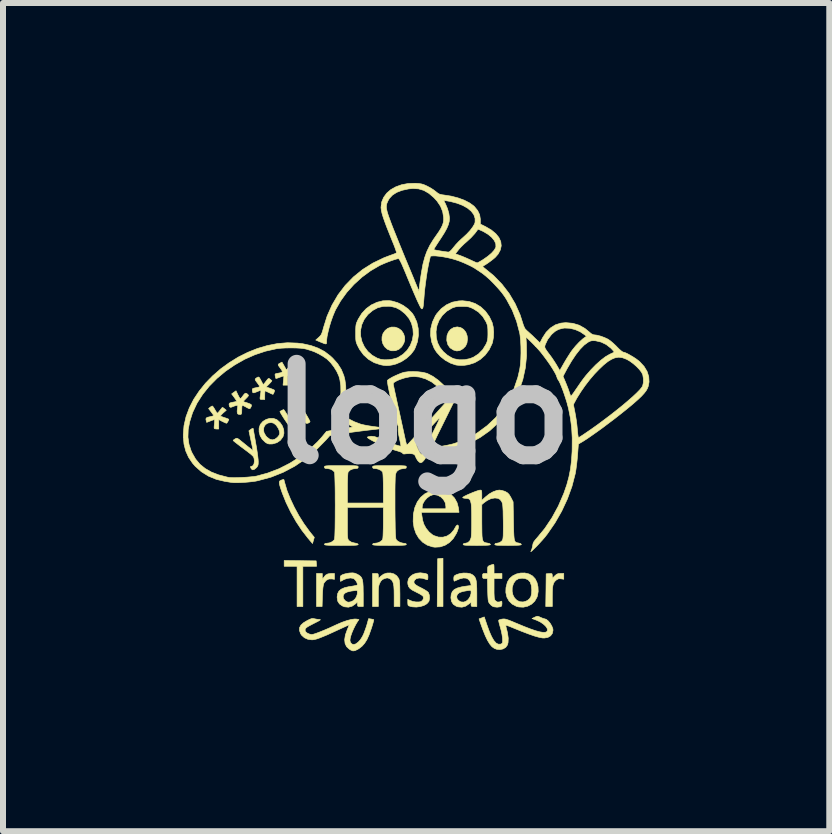
<source format=kicad_pcb>
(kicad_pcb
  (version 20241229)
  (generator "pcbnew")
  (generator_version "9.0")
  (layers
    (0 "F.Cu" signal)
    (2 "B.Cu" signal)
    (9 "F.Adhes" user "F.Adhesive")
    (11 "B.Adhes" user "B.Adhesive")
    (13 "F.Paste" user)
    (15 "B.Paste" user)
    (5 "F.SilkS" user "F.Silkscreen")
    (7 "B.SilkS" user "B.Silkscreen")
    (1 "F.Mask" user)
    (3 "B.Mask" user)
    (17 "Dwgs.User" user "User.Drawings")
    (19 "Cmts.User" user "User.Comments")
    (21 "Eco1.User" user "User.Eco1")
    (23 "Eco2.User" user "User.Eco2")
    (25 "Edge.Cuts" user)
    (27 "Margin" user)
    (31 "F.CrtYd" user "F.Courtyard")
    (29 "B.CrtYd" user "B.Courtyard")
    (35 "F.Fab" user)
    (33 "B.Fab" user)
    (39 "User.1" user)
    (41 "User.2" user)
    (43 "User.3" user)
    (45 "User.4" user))
  (footprint "logo"
    (layer "F.Cu")
    (at 3.999 3.849)
    (property "Reference" "logo" (at 0 0 0) (layer "Dwgs.User") (effects (font (size 1.524 1.524) (thickness 0.3))))
    (attr through_hole)
    (fp_poly (pts (xy 0.335 3.211) (xy 0.239 3.211) (xy 0.242 2.813) (xy 0.246 2.414) (xy 0.291 2.41) (xy 0.335 2.407) (xy 0.335 3.211)) (stroke (width 0.01) (type solid)) (fill yes) (layer "F.SilkS"))
    (fp_poly (pts (xy -2.046 2.447) (xy -1.779 2.45) (xy -1.775 2.495) (xy -1.772 2.54) (xy -2.001 2.54) (xy -2.001 3.211) (xy -2.097 3.211) (xy -2.097 2.54) (xy -2.312 2.54) (xy -2.312 2.444) (xy -2.046 2.447)) (stroke (width 0.01) (type solid)) (fill yes) (layer "F.SilkS"))
    (fp_poly (pts (xy -0.464 -1.446) (xy -0.406 -1.426) (xy -0.357 -1.389) (xy -0.322 -1.337) (xy -0.303 -1.278) (xy -0.303 -1.224) (xy -0.318 -1.177) (xy -0.354 -1.117) (xy -0.402 -1.075) (xy -0.46 -1.053) (xy -0.523 -1.052) (xy -0.535 -1.054) (xy -0.593 -1.078) (xy -0.637 -1.118) (xy -0.667 -1.169) (xy -0.682 -1.226) (xy -0.681 -1.285) (xy -0.664 -1.341) (xy -0.629 -1.391) (xy -0.585 -1.426) (xy -0.525 -1.447) (xy -0.464 -1.446)) (stroke (width 0.01) (type solid)) (fill yes) (layer "F.SilkS"))
    (fp_poly (pts (xy 0.63 -1.439) (xy 0.679 -1.408) (xy 0.716 -1.361) (xy 0.738 -1.3) (xy 0.743 -1.249) (xy 0.735 -1.182) (xy 0.711 -1.129) (xy 0.668 -1.086) (xy 0.616 -1.056) (xy 0.565 -1.049) (xy 0.511 -1.064) (xy 0.508 -1.065) (xy 0.453 -1.101) (xy 0.417 -1.152) (xy 0.399 -1.218) (xy 0.398 -1.234) (xy 0.402 -1.304) (xy 0.425 -1.363) (xy 0.462 -1.409) (xy 0.513 -1.439) (xy 0.572 -1.45) (xy 0.63 -1.439)) (stroke (width 0.01) (type solid)) (fill yes) (layer "F.SilkS"))
    (fp_poly (pts (xy -1.677 2.711) (xy -1.677 2.762) (xy -1.655 2.729) (xy -1.622 2.688) (xy -1.583 2.667) (xy -1.532 2.66) (xy -1.531 2.66) (xy -1.474 2.66) (xy -1.474 2.758) (xy -1.515 2.751) (xy -1.567 2.752) (xy -1.612 2.775) (xy -1.646 2.816) (xy -1.651 2.825) (xy -1.66 2.857) (xy -1.667 2.904) (xy -1.672 2.969) (xy -1.675 3.04) (xy -1.68 3.211) (xy -1.773 3.211) (xy -1.773 2.66) (xy -1.677 2.66) (xy -1.677 2.711)) (stroke (width 0.01) (type solid)) (fill yes) (layer "F.SilkS"))
    (fp_poly (pts (xy 2.348 2.756) (xy 2.303 2.749) (xy 2.266 2.747) (xy 2.235 2.761) (xy 2.224 2.769) (xy 2.199 2.792) (xy 2.181 2.818) (xy 2.169 2.853) (xy 2.161 2.9) (xy 2.158 2.962) (xy 2.157 3.043) (xy 2.157 3.211) (xy 2.048 3.211) (xy 2.052 2.938) (xy 2.055 2.666) (xy 2.106 2.662) (xy 2.138 2.661) (xy 2.152 2.666) (xy 2.156 2.683) (xy 2.157 2.7) (xy 2.157 2.741) (xy 2.197 2.701) (xy 2.228 2.674) (xy 2.256 2.662) (xy 2.293 2.66) (xy 2.348 2.66) (xy 2.348 2.756)) (stroke (width 0.01) (type solid)) (fill yes) (layer "F.SilkS"))
    (fp_poly (pts (xy -2.318 1.093) (xy -2.314 1.106) (xy -2.307 1.134) (xy -2.301 1.156) (xy -2.264 1.281) (xy -2.21 1.415) (xy -2.144 1.555) (xy -2.068 1.695) (xy -1.984 1.829) (xy -1.895 1.952) (xy -1.874 1.979) (xy -1.81 2.058) (xy -1.825 2.11) (xy -1.84 2.161) (xy -1.915 2.072) (xy -2.016 1.942) (xy -2.113 1.796) (xy -2.202 1.639) (xy -2.28 1.479) (xy -2.343 1.322) (xy -2.354 1.291) (xy -2.376 1.225) (xy -2.389 1.179) (xy -2.394 1.147) (xy -2.391 1.126) (xy -2.381 1.114) (xy -2.362 1.105) (xy -2.358 1.103) (xy -2.332 1.095) (xy -2.319 1.093) (xy -2.318 1.093)) (stroke (width 0.01) (type solid)) (fill yes) (layer "F.SilkS"))
    (fp_poly (pts (xy -0.483 2.667) (xy -0.436 2.699) (xy -0.402 2.746) (xy -0.4 2.751) (xy -0.393 2.777) (xy -0.388 2.817) (xy -0.385 2.874) (xy -0.384 2.951) (xy -0.383 3.001) (xy -0.383 3.211) (xy -0.479 3.211) (xy -0.479 3.028) (xy -0.48 2.942) (xy -0.484 2.876) (xy -0.492 2.827) (xy -0.505 2.792) (xy -0.523 2.767) (xy -0.548 2.749) (xy -0.557 2.745) (xy -0.584 2.735) (xy -0.609 2.736) (xy -0.64 2.745) (xy -0.676 2.762) (xy -0.701 2.789) (xy -0.716 2.815) (xy -0.727 2.839) (xy -0.734 2.863) (xy -0.739 2.892) (xy -0.742 2.932) (xy -0.743 2.987) (xy -0.743 3.04) (xy -0.743 3.211) (xy -0.839 3.211) (xy -0.839 2.66) (xy -0.791 2.66) (xy -0.76 2.661) (xy -0.746 2.669) (xy -0.743 2.69) (xy -0.743 2.703) (xy -0.743 2.746) (xy -0.707 2.71) (xy -0.656 2.672) (xy -0.598 2.653) (xy -0.539 2.652) (xy -0.483 2.667)) (stroke (width 0.01) (type solid)) (fill yes) (layer "F.SilkS"))
    (fp_poly (pts (xy -2.493 0.075) (xy -2.439 0.094) (xy -2.431 0.099) (xy -2.38 0.145) (xy -2.342 0.201) (xy -2.32 0.262) (xy -2.316 0.323) (xy -2.331 0.379) (xy -2.333 0.383) (xy -2.376 0.441) (xy -2.434 0.48) (xy -2.503 0.5) (xy -2.513 0.501) (xy -2.556 0.502) (xy -2.585 0.497) (xy -2.614 0.482) (xy -2.631 0.469) (xy -2.679 0.422) (xy -2.713 0.364) (xy -2.73 0.3) (xy -2.73 0.263) (xy -2.657 0.263) (xy -2.648 0.313) (xy -2.62 0.363) (xy -2.6 0.386) (xy -2.554 0.421) (xy -2.509 0.433) (xy -2.465 0.421) (xy -2.425 0.391) (xy -2.397 0.356) (xy -2.386 0.322) (xy -2.393 0.283) (xy -2.409 0.243) (xy -2.444 0.19) (xy -2.485 0.156) (xy -2.529 0.144) (xy -2.53 0.144) (xy -2.584 0.153) (xy -2.624 0.179) (xy -2.648 0.217) (xy -2.657 0.263) (xy -2.73 0.263) (xy -2.73 0.236) (xy -2.711 0.179) (xy -2.707 0.172) (xy -2.666 0.125) (xy -2.612 0.092) (xy -2.553 0.075) (xy -2.493 0.075)) (stroke (width 0.01) (type solid)) (fill yes) (layer "F.SilkS"))
    (fp_poly (pts (xy 1.768 2.668) (xy 1.827 2.701) (xy 1.871 2.748) (xy 1.902 2.811) (xy 1.919 2.883) (xy 1.922 2.96) (xy 1.909 3.035) (xy 1.901 3.057) (xy 1.864 3.122) (xy 1.811 3.172) (xy 1.746 3.206) (xy 1.674 3.222) (xy 1.598 3.218) (xy 1.557 3.207) (xy 1.488 3.17) (xy 1.436 3.119) (xy 1.4 3.054) (xy 1.383 2.979) (xy 1.383 2.959) (xy 1.488 2.959) (xy 1.501 3.019) (xy 1.528 3.069) (xy 1.567 3.108) (xy 1.615 3.131) (xy 1.669 3.135) (xy 1.708 3.126) (xy 1.741 3.111) (xy 1.744 3.11) (xy 1.779 3.08) (xy 1.801 3.044) (xy 1.812 2.994) (xy 1.815 2.935) (xy 1.808 2.86) (xy 1.788 2.803) (xy 1.752 2.764) (xy 1.702 2.744) (xy 1.653 2.739) (xy 1.593 2.748) (xy 1.548 2.774) (xy 1.514 2.821) (xy 1.509 2.831) (xy 1.489 2.896) (xy 1.488 2.959) (xy 1.383 2.959) (xy 1.385 2.897) (xy 1.407 2.81) (xy 1.411 2.8) (xy 1.445 2.744) (xy 1.496 2.7) (xy 1.558 2.669) (xy 1.628 2.653) (xy 1.699 2.652) (xy 1.768 2.668)) (stroke (width 0.01) (type solid)) (fill yes) (layer "F.SilkS"))
    (fp_poly (pts (xy -2.311 -0.797) (xy -2.274 -0.731) (xy -2.233 -0.785) (xy -2.208 -0.815) (xy -2.19 -0.829) (xy -2.175 -0.83) (xy -2.169 -0.827) (xy -2.145 -0.809) (xy -2.14 -0.79) (xy -2.154 -0.765) (xy -2.173 -0.744) (xy -2.198 -0.718) (xy -2.213 -0.698) (xy -2.217 -0.692) (xy -2.206 -0.684) (xy -2.179 -0.673) (xy -2.151 -0.663) (xy -2.111 -0.65) (xy -2.092 -0.639) (xy -2.087 -0.624) (xy -2.095 -0.602) (xy -2.098 -0.594) (xy -2.112 -0.564) (xy -2.182 -0.6) (xy -2.252 -0.635) (xy -2.252 -0.479) (xy -2.331 -0.479) (xy -2.324 -0.554) (xy -2.32 -0.594) (xy -2.318 -0.622) (xy -2.319 -0.632) (xy -2.33 -0.63) (xy -2.357 -0.621) (xy -2.384 -0.611) (xy -2.419 -0.598) (xy -2.443 -0.591) (xy -2.45 -0.59) (xy -2.455 -0.602) (xy -2.461 -0.629) (xy -2.461 -0.631) (xy -2.465 -0.655) (xy -2.459 -0.667) (xy -2.439 -0.674) (xy -2.417 -0.677) (xy -2.372 -0.686) (xy -2.348 -0.696) (xy -2.344 -0.712) (xy -2.357 -0.736) (xy -2.368 -0.751) (xy -2.396 -0.788) (xy -2.41 -0.811) (xy -2.411 -0.825) (xy -2.4 -0.836) (xy -2.385 -0.844) (xy -2.349 -0.863) (xy -2.311 -0.797)) (stroke (width 0.01) (type solid)) (fill yes) (layer "F.SilkS"))
    (fp_poly (pts (xy 1.182 2.513) (xy 1.185 2.531) (xy 1.186 2.566) (xy 1.186 2.581) (xy 1.186 2.66) (xy 1.318 2.66) (xy 1.318 2.744) (xy 1.186 2.744) (xy 1.186 2.917) (xy 1.186 2.986) (xy 1.188 3.035) (xy 1.19 3.068) (xy 1.195 3.09) (xy 1.201 3.105) (xy 1.21 3.115) (xy 1.242 3.136) (xy 1.276 3.135) (xy 1.295 3.127) (xy 1.31 3.121) (xy 1.316 3.129) (xy 1.318 3.155) (xy 1.318 3.161) (xy 1.315 3.193) (xy 1.305 3.21) (xy 1.291 3.215) (xy 1.237 3.222) (xy 1.186 3.216) (xy 1.163 3.208) (xy 1.136 3.188) (xy 1.11 3.159) (xy 1.109 3.159) (xy 1.1 3.144) (xy 1.093 3.126) (xy 1.088 3.101) (xy 1.085 3.065) (xy 1.082 3.013) (xy 1.08 2.942) (xy 1.08 2.935) (xy 1.076 2.744) (xy 1.035 2.744) (xy 1.008 2.742) (xy 0.997 2.731) (xy 0.994 2.704) (xy 0.994 2.702) (xy 0.996 2.674) (xy 1.007 2.662) (xy 1.033 2.66) (xy 1.036 2.66) (xy 1.078 2.66) (xy 1.078 2.6) (xy 1.079 2.566) (xy 1.085 2.545) (xy 1.101 2.532) (xy 1.131 2.52) (xy 1.159 2.511) (xy 1.174 2.508) (xy 1.182 2.513)) (stroke (width 0.01) (type solid)) (fill yes) (layer "F.SilkS"))
    (fp_poly (pts (xy -2.086 -0.208) (xy -2.079 -0.202) (xy -2.066 -0.185) (xy -2.045 -0.152) (xy -2.018 -0.109) (xy -1.988 -0.06) (xy -1.957 -0.009) (xy -1.928 0.04) (xy -1.904 0.082) (xy -1.888 0.113) (xy -1.881 0.128) (xy -1.881 0.128) (xy -1.89 0.142) (xy -1.912 0.154) (xy -1.934 0.159) (xy -1.947 0.155) (xy -1.963 0.144) (xy -1.975 0.153) (xy -1.977 0.163) (xy -1.985 0.183) (xy -2.006 0.209) (xy -2.02 0.223) (xy -2.068 0.255) (xy -2.12 0.265) (xy -2.171 0.254) (xy -2.202 0.234) (xy -2.217 0.217) (xy -2.241 0.186) (xy -2.269 0.145) (xy -2.299 0.101) (xy -2.329 0.055) (xy -2.354 0.014) (xy -2.373 -0.018) (xy -2.382 -0.038) (xy -2.382 -0.042) (xy -2.367 -0.05) (xy -2.344 -0.062) (xy -2.325 -0.071) (xy -2.32 -0.072) (xy -2.312 -0.062) (xy -2.294 -0.036) (xy -2.269 0.002) (xy -2.24 0.048) (xy -2.209 0.097) (xy -2.18 0.138) (xy -2.157 0.167) (xy -2.144 0.18) (xy -2.102 0.191) (xy -2.062 0.178) (xy -2.042 0.162) (xy -2.021 0.135) (xy -2.013 0.105) (xy -2.018 0.068) (xy -2.037 0.021) (xy -2.07 -0.04) (xy -2.084 -0.063) (xy -2.155 -0.178) (xy -2.124 -0.198) (xy -2.101 -0.211) (xy -2.086 -0.208)) (stroke (width 0.01) (type solid)) (fill yes) (layer "F.SilkS"))
    (fp_poly (pts (xy -2.828 0.249) (xy -2.825 0.263) (xy -2.82 0.297) (xy -2.811 0.347) (xy -2.8 0.409) (xy -2.788 0.48) (xy -2.786 0.491) (xy -2.772 0.568) (xy -2.761 0.642) (xy -2.752 0.708) (xy -2.746 0.761) (xy -2.744 0.795) (xy -2.744 0.795) (xy -2.745 0.837) (xy -2.752 0.865) (xy -2.767 0.888) (xy -2.779 0.9) (xy -2.813 0.927) (xy -2.84 0.932) (xy -2.86 0.916) (xy -2.863 0.911) (xy -2.874 0.887) (xy -2.871 0.876) (xy -2.858 0.875) (xy -2.833 0.864) (xy -2.816 0.835) (xy -2.809 0.793) (xy -2.811 0.763) (xy -2.814 0.743) (xy -2.819 0.726) (xy -2.829 0.709) (xy -2.847 0.691) (xy -2.874 0.667) (xy -2.914 0.636) (xy -2.97 0.594) (xy -2.991 0.578) (xy -3.046 0.537) (xy -3.094 0.5) (xy -3.131 0.471) (xy -3.155 0.451) (xy -3.163 0.443) (xy -3.154 0.433) (xy -3.132 0.418) (xy -3.13 0.417) (xy -3.115 0.409) (xy -3.102 0.406) (xy -3.086 0.411) (xy -3.063 0.426) (xy -3.03 0.453) (xy -2.995 0.481) (xy -2.95 0.518) (xy -2.909 0.551) (xy -2.876 0.576) (xy -2.862 0.588) (xy -2.83 0.611) (xy -2.865 0.447) (xy -2.9 0.282) (xy -2.873 0.261) (xy -2.844 0.243) (xy -2.829 0.242) (xy -2.828 0.249)) (stroke (width 0.01) (type solid)) (fill yes) (layer "F.SilkS"))
    (fp_poly (pts (xy 0.028 2.658) (xy 0.039 2.66) (xy 0.068 2.67) (xy 0.081 2.684) (xy 0.084 2.711) (xy 0.084 2.722) (xy 0.082 2.752) (xy 0.076 2.764) (xy 0.063 2.762) (xy -0.005 2.74) (xy -0.064 2.736) (xy -0.11 2.747) (xy -0.139 2.773) (xy -0.15 2.799) (xy -0.145 2.823) (xy -0.122 2.848) (xy -0.081 2.874) (xy -0.029 2.9) (xy 0.02 2.926) (xy 0.06 2.951) (xy 0.087 2.972) (xy 0.092 2.978) (xy 0.107 3.02) (xy 0.111 3.07) (xy 0.103 3.117) (xy 0.097 3.13) (xy 0.066 3.165) (xy 0.018 3.193) (xy -0.042 3.211) (xy -0.108 3.22) (xy -0.175 3.216) (xy -0.207 3.209) (xy -0.235 3.2) (xy -0.248 3.187) (xy -0.251 3.162) (xy -0.252 3.144) (xy -0.252 3.091) (xy -0.215 3.109) (xy -0.169 3.126) (xy -0.116 3.135) (xy -0.065 3.135) (xy -0.033 3.129) (xy -0.005 3.108) (xy 0.009 3.077) (xy 0.005 3.046) (xy -0.001 3.036) (xy -0.019 3.022) (xy -0.052 3.002) (xy -0.096 2.979) (xy -0.116 2.969) (xy -0.176 2.938) (xy -0.215 2.909) (xy -0.239 2.877) (xy -0.25 2.838) (xy -0.252 2.803) (xy -0.241 2.752) (xy -0.21 2.71) (xy -0.165 2.677) (xy -0.107 2.656) (xy -0.042 2.649) (xy 0.028 2.658)) (stroke (width 0.01) (type solid)) (fill yes) (layer "F.SilkS"))
    (fp_poly (pts (xy -3.499 -0.122) (xy -3.482 -0.097) (xy -3.467 -0.072) (xy -3.448 -0.039) (xy -3.432 -0.018) (xy -3.425 -0.012) (xy -3.414 -0.021) (xy -3.394 -0.044) (xy -3.382 -0.06) (xy -3.361 -0.087) (xy -3.346 -0.105) (xy -3.341 -0.108) (xy -3.327 -0.101) (xy -3.305 -0.084) (xy -3.277 -0.061) (xy -3.33 -0.015) (xy -3.356 0.011) (xy -3.371 0.03) (xy -3.372 0.038) (xy -3.355 0.045) (xy -3.323 0.057) (xy -3.298 0.065) (xy -3.263 0.077) (xy -3.24 0.087) (xy -3.235 0.09) (xy -3.24 0.108) (xy -3.253 0.132) (xy -3.266 0.151) (xy -3.273 0.156) (xy -3.289 0.151) (xy -3.318 0.138) (xy -3.343 0.126) (xy -3.403 0.095) (xy -3.403 0.252) (xy -3.438 0.252) (xy -3.465 0.249) (xy -3.478 0.243) (xy -3.48 0.227) (xy -3.478 0.195) (xy -3.475 0.165) (xy -3.472 0.128) (xy -3.473 0.103) (xy -3.476 0.096) (xy -3.492 0.1) (xy -3.522 0.11) (xy -3.545 0.119) (xy -3.604 0.142) (xy -3.611 0.116) (xy -3.617 0.087) (xy -3.611 0.069) (xy -3.59 0.057) (xy -3.552 0.048) (xy -3.517 0.04) (xy -3.493 0.032) (xy -3.487 0.028) (xy -3.493 0.016) (xy -3.511 -0.008) (xy -3.529 -0.033) (xy -3.572 -0.089) (xy -3.546 -0.111) (xy -3.524 -0.126) (xy -3.51 -0.132) (xy -3.499 -0.122)) (stroke (width 0.01) (type solid)) (fill yes) (layer "F.SilkS"))
    (fp_poly (pts (xy -3.083 -0.318) (xy -3.065 -0.283) (xy -3.05 -0.259) (xy -3.042 -0.252) (xy -3.032 -0.261) (xy -3.013 -0.283) (xy -3.001 -0.3) (xy -2.976 -0.332) (xy -2.957 -0.345) (xy -2.938 -0.341) (xy -2.921 -0.327) (xy -2.91 -0.315) (xy -2.908 -0.303) (xy -2.92 -0.286) (xy -2.946 -0.259) (xy -2.948 -0.257) (xy -2.998 -0.206) (xy -2.934 -0.186) (xy -2.89 -0.17) (xy -2.865 -0.158) (xy -2.857 -0.145) (xy -2.86 -0.127) (xy -2.865 -0.116) (xy -2.876 -0.095) (xy -2.887 -0.086) (xy -2.906 -0.091) (xy -2.937 -0.107) (xy -2.949 -0.114) (xy -2.981 -0.131) (xy -3.004 -0.142) (xy -3.01 -0.144) (xy -3.015 -0.133) (xy -3.018 -0.104) (xy -3.019 -0.066) (xy -3.02 -0.022) (xy -3.026 0.003) (xy -3.04 0.011) (xy -3.065 0.008) (xy -3.081 0.004) (xy -3.093 -0.011) (xy -3.096 -0.047) (xy -3.089 -0.105) (xy -3.086 -0.123) (xy -3.088 -0.139) (xy -3.105 -0.142) (xy -3.139 -0.132) (xy -3.155 -0.126) (xy -3.191 -0.112) (xy -3.211 -0.11) (xy -3.222 -0.121) (xy -3.228 -0.14) (xy -3.231 -0.164) (xy -3.221 -0.18) (xy -3.194 -0.19) (xy -3.155 -0.197) (xy -3.124 -0.203) (xy -3.105 -0.21) (xy -3.103 -0.212) (xy -3.11 -0.224) (xy -3.127 -0.25) (xy -3.145 -0.276) (xy -3.188 -0.333) (xy -3.152 -0.359) (xy -3.115 -0.385) (xy -3.083 -0.318)) (stroke (width 0.01) (type solid)) (fill yes) (layer "F.SilkS"))
    (fp_poly (pts (xy 0.312 1.276) (xy 0.397 1.3) (xy 0.47 1.344) (xy 0.528 1.404) (xy 0.57 1.481) (xy 0.594 1.572) (xy 0.595 1.582) (xy 0.602 1.641) (xy -0.025 1.641) (xy -0.019 1.683) (xy -0.012 1.726) (xy -0.005 1.77) (xy 0.016 1.839) (xy 0.053 1.907) (xy 0.103 1.968) (xy 0.159 2.015) (xy 0.184 2.029) (xy 0.261 2.054) (xy 0.335 2.055) (xy 0.404 2.035) (xy 0.466 1.994) (xy 0.517 1.933) (xy 0.534 1.903) (xy 0.555 1.868) (xy 0.572 1.853) (xy 0.582 1.853) (xy 0.594 1.87) (xy 0.591 1.905) (xy 0.574 1.957) (xy 0.557 1.995) (xy 0.506 2.078) (xy 0.442 2.144) (xy 0.369 2.19) (xy 0.287 2.217) (xy 0.201 2.222) (xy 0.159 2.216) (xy 0.071 2.187) (xy -0.004 2.139) (xy -0.067 2.073) (xy -0.115 1.993) (xy -0.147 1.9) (xy -0.162 1.797) (xy -0.159 1.684) (xy -0.157 1.664) (xy -0.133 1.557) (xy -0.13 1.551) (xy -0.012 1.551) (xy -0.012 1.582) (xy 0.383 1.582) (xy 0.383 1.542) (xy 0.373 1.482) (xy 0.344 1.429) (xy 0.301 1.386) (xy 0.249 1.357) (xy 0.192 1.346) (xy 0.167 1.348) (xy 0.116 1.367) (xy 0.068 1.403) (xy 0.027 1.449) (xy -0.002 1.501) (xy -0.012 1.551) (xy -0.13 1.551) (xy -0.092 1.465) (xy -0.036 1.39) (xy 0.034 1.331) (xy 0.117 1.292) (xy 0.212 1.273) (xy 0.217 1.273) (xy 0.312 1.276)) (stroke (width 0.01) (type solid)) (fill yes) (layer "F.SilkS"))
    (fp_poly (pts (xy -2.727 -0.607) (xy -2.712 -0.582) (xy -2.699 -0.558) (xy -2.681 -0.523) (xy -2.667 -0.499) (xy -2.659 -0.491) (xy -2.649 -0.5) (xy -2.63 -0.523) (xy -2.613 -0.546) (xy -2.59 -0.576) (xy -2.575 -0.59) (xy -2.564 -0.591) (xy -2.549 -0.58) (xy -2.548 -0.579) (xy -2.527 -0.562) (xy -2.517 -0.554) (xy -2.522 -0.544) (xy -2.539 -0.523) (xy -2.562 -0.499) (xy -2.612 -0.448) (xy -2.545 -0.426) (xy -2.509 -0.412) (xy -2.482 -0.4) (xy -2.473 -0.393) (xy -2.474 -0.378) (xy -2.483 -0.353) (xy -2.496 -0.329) (xy -2.498 -0.326) (xy -2.51 -0.329) (xy -2.536 -0.34) (xy -2.562 -0.353) (xy -2.596 -0.369) (xy -2.621 -0.381) (xy -2.629 -0.383) (xy -2.633 -0.373) (xy -2.635 -0.344) (xy -2.636 -0.312) (xy -2.636 -0.24) (xy -2.677 -0.24) (xy -2.704 -0.241) (xy -2.714 -0.25) (xy -2.714 -0.273) (xy -2.712 -0.285) (xy -2.707 -0.325) (xy -2.701 -0.362) (xy -2.701 -0.364) (xy -2.701 -0.388) (xy -2.71 -0.392) (xy -2.711 -0.392) (xy -2.73 -0.384) (xy -2.762 -0.371) (xy -2.777 -0.365) (xy -2.812 -0.352) (xy -2.832 -0.352) (xy -2.84 -0.366) (xy -2.843 -0.391) (xy -2.843 -0.411) (xy -2.835 -0.423) (xy -2.813 -0.43) (xy -2.783 -0.436) (xy -2.748 -0.443) (xy -2.725 -0.451) (xy -2.72 -0.455) (xy -2.726 -0.469) (xy -2.744 -0.495) (xy -2.763 -0.521) (xy -2.787 -0.553) (xy -2.796 -0.574) (xy -2.789 -0.589) (xy -2.765 -0.605) (xy -2.753 -0.612) (xy -2.74 -0.615) (xy -2.727 -0.607)) (stroke (width 0.01) (type solid)) (fill yes) (layer "F.SilkS"))
    (fp_poly (pts (xy 0.735 2.654) (xy 0.787 2.663) (xy 0.823 2.679) (xy 0.848 2.699) (xy 0.867 2.722) (xy 0.881 2.751) (xy 0.89 2.789) (xy 0.895 2.839) (xy 0.898 2.906) (xy 0.899 2.994) (xy 0.899 2.998) (xy 0.899 3.211) (xy 0.851 3.211) (xy 0.82 3.21) (xy 0.806 3.202) (xy 0.803 3.182) (xy 0.803 3.173) (xy 0.803 3.135) (xy 0.77 3.166) (xy 0.713 3.205) (xy 0.651 3.222) (xy 0.585 3.216) (xy 0.556 3.206) (xy 0.507 3.174) (xy 0.478 3.128) (xy 0.467 3.067) (xy 0.467 3.063) (xy 0.469 3.04) (xy 0.563 3.04) (xy 0.569 3.078) (xy 0.593 3.11) (xy 0.633 3.134) (xy 0.68 3.137) (xy 0.719 3.124) (xy 0.757 3.093) (xy 0.786 3.048) (xy 0.802 2.998) (xy 0.803 2.982) (xy 0.803 2.962) (xy 0.801 2.949) (xy 0.793 2.942) (xy 0.775 2.941) (xy 0.743 2.946) (xy 0.693 2.955) (xy 0.662 2.961) (xy 0.61 2.979) (xy 0.577 3.006) (xy 0.563 3.04) (xy 0.469 3.04) (xy 0.473 3.005) (xy 0.491 2.961) (xy 0.524 2.927) (xy 0.575 2.902) (xy 0.646 2.883) (xy 0.699 2.874) (xy 0.805 2.86) (xy 0.798 2.823) (xy 0.784 2.789) (xy 0.759 2.758) (xy 0.759 2.757) (xy 0.722 2.738) (xy 0.675 2.735) (xy 0.616 2.749) (xy 0.543 2.78) (xy 0.524 2.789) (xy 0.519 2.781) (xy 0.515 2.757) (xy 0.515 2.746) (xy 0.517 2.717) (xy 0.527 2.698) (xy 0.551 2.684) (xy 0.566 2.677) (xy 0.617 2.661) (xy 0.676 2.653) (xy 0.735 2.654)) (stroke (width 0.01) (type solid)) (fill yes) (layer "F.SilkS"))
    (fp_poly (pts (xy 0.769 -1.874) (xy 0.871 -1.84) (xy 0.963 -1.785) (xy 1.042 -1.712) (xy 1.107 -1.622) (xy 1.154 -1.524) (xy 1.172 -1.45) (xy 1.18 -1.364) (xy 1.176 -1.277) (xy 1.162 -1.198) (xy 1.154 -1.172) (xy 1.104 -1.068) (xy 1.037 -0.979) (xy 0.956 -0.907) (xy 0.863 -0.853) (xy 0.76 -0.82) (xy 0.686 -0.809) (xy 0.634 -0.808) (xy 0.583 -0.811) (xy 0.551 -0.815) (xy 0.462 -0.845) (xy 0.374 -0.893) (xy 0.294 -0.956) (xy 0.228 -1.029) (xy 0.188 -1.092) (xy 0.146 -1.2) (xy 0.128 -1.311) (xy 0.13 -1.371) (xy 0.219 -1.371) (xy 0.224 -1.27) (xy 0.245 -1.186) (xy 0.283 -1.11) (xy 0.339 -1.039) (xy 0.409 -0.978) (xy 0.486 -0.932) (xy 0.526 -0.917) (xy 0.606 -0.902) (xy 0.694 -0.903) (xy 0.781 -0.921) (xy 0.843 -0.945) (xy 0.928 -1) (xy 0.999 -1.073) (xy 1.053 -1.162) (xy 1.068 -1.197) (xy 1.077 -1.229) (xy 1.082 -1.266) (xy 1.084 -1.317) (xy 1.084 -1.348) (xy 1.083 -1.407) (xy 1.08 -1.45) (xy 1.073 -1.483) (xy 1.061 -1.516) (xy 1.053 -1.534) (xy 0.998 -1.624) (xy 0.926 -1.698) (xy 0.841 -1.752) (xy 0.8 -1.771) (xy 0.765 -1.783) (xy 0.729 -1.789) (xy 0.683 -1.791) (xy 0.653 -1.791) (xy 0.593 -1.79) (xy 0.549 -1.785) (xy 0.512 -1.774) (xy 0.486 -1.764) (xy 0.397 -1.711) (xy 0.325 -1.642) (xy 0.27 -1.56) (xy 0.234 -1.469) (xy 0.219 -1.371) (xy 0.13 -1.371) (xy 0.132 -1.422) (xy 0.159 -1.53) (xy 0.208 -1.634) (xy 0.232 -1.67) (xy 0.306 -1.754) (xy 0.393 -1.818) (xy 0.49 -1.862) (xy 0.598 -1.883) (xy 0.659 -1.886) (xy 0.769 -1.874)) (stroke (width 0.01) (type solid)) (fill yes) (layer "F.SilkS"))
    (fp_poly (pts (xy -0.519 -1.882) (xy -0.421 -1.854) (xy -0.328 -1.808) (xy -0.245 -1.748) (xy -0.177 -1.677) (xy -0.148 -1.633) (xy -0.102 -1.533) (xy -0.078 -1.425) (xy -0.074 -1.314) (xy -0.09 -1.204) (xy -0.128 -1.101) (xy -0.147 -1.063) (xy -0.202 -0.991) (xy -0.275 -0.925) (xy -0.359 -0.87) (xy -0.45 -0.831) (xy -0.509 -0.816) (xy -0.565 -0.807) (xy -0.609 -0.805) (xy -0.654 -0.809) (xy -0.707 -0.819) (xy -0.812 -0.854) (xy -0.906 -0.909) (xy -0.988 -0.983) (xy -1.055 -1.074) (xy -1.076 -1.114) (xy -1.095 -1.152) (xy -1.107 -1.182) (xy -1.115 -1.211) (xy -1.119 -1.245) (xy -1.12 -1.291) (xy -1.12 -1.348) (xy -1.12 -1.391) (xy -1.039 -1.391) (xy -1.037 -1.296) (xy -1.015 -1.204) (xy -0.975 -1.118) (xy -0.918 -1.041) (xy -0.847 -0.978) (xy -0.763 -0.93) (xy -0.702 -0.909) (xy -0.645 -0.902) (xy -0.575 -0.903) (xy -0.504 -0.913) (xy -0.44 -0.93) (xy -0.417 -0.939) (xy -0.333 -0.992) (xy -0.263 -1.06) (xy -0.21 -1.141) (xy -0.175 -1.232) (xy -0.16 -1.327) (xy -0.166 -1.42) (xy -0.19 -1.511) (xy -0.229 -1.587) (xy -0.286 -1.657) (xy -0.304 -1.675) (xy -0.377 -1.733) (xy -0.45 -1.771) (xy -0.532 -1.791) (xy -0.565 -1.794) (xy -0.663 -1.792) (xy -0.752 -1.77) (xy -0.835 -1.725) (xy -0.836 -1.725) (xy -0.916 -1.657) (xy -0.979 -1.574) (xy -1.019 -1.486) (xy -1.039 -1.391) (xy -1.12 -1.391) (xy -1.12 -1.409) (xy -1.118 -1.454) (xy -1.114 -1.487) (xy -1.106 -1.516) (xy -1.093 -1.546) (xy -1.076 -1.582) (xy -1.018 -1.675) (xy -0.945 -1.754) (xy -0.86 -1.816) (xy -0.766 -1.86) (xy -0.667 -1.885) (xy -0.565 -1.888) (xy -0.519 -1.882)) (stroke (width 0.01) (type solid)) (fill yes) (layer "F.SilkS"))
    (fp_poly (pts (xy -1.133 2.656) (xy -1.097 2.671) (xy -1.091 2.674) (xy -1.06 2.692) (xy -1.036 2.712) (xy -1.019 2.737) (xy -1.007 2.771) (xy -1 2.817) (xy -0.996 2.878) (xy -0.995 2.958) (xy -0.994 2.998) (xy -0.994 3.211) (xy -1.042 3.211) (xy -1.073 3.21) (xy -1.087 3.202) (xy -1.09 3.182) (xy -1.09 3.173) (xy -1.09 3.135) (xy -1.123 3.166) (xy -1.179 3.205) (xy -1.241 3.222) (xy -1.304 3.216) (xy -1.341 3.202) (xy -1.391 3.167) (xy -1.42 3.121) (xy -1.429 3.062) (xy -1.429 3.054) (xy -1.429 3.051) (xy -1.33 3.051) (xy -1.319 3.085) (xy -1.293 3.116) (xy -1.259 3.135) (xy -1.238 3.139) (xy -1.205 3.133) (xy -1.169 3.117) (xy -1.164 3.115) (xy -1.133 3.087) (xy -1.109 3.052) (xy -1.108 3.049) (xy -1.095 3.01) (xy -1.091 2.975) (xy -1.094 2.95) (xy -1.099 2.944) (xy -1.115 2.943) (xy -1.147 2.947) (xy -1.19 2.953) (xy -1.198 2.954) (xy -1.26 2.969) (xy -1.301 2.989) (xy -1.323 3.016) (xy -1.33 3.051) (xy -1.429 3.051) (xy -1.422 2.999) (xy -1.4 2.955) (xy -1.362 2.922) (xy -1.306 2.897) (xy -1.229 2.879) (xy -1.197 2.875) (xy -1.15 2.867) (xy -1.113 2.859) (xy -1.093 2.852) (xy -1.09 2.849) (xy -1.098 2.815) (xy -1.119 2.779) (xy -1.145 2.751) (xy -1.159 2.743) (xy -1.205 2.735) (xy -1.26 2.742) (xy -1.313 2.76) (xy -1.328 2.768) (xy -1.354 2.783) (xy -1.371 2.791) (xy -1.372 2.792) (xy -1.376 2.781) (xy -1.378 2.754) (xy -1.378 2.744) (xy -1.376 2.712) (xy -1.365 2.694) (xy -1.338 2.68) (xy -1.333 2.677) (xy -1.295 2.666) (xy -1.247 2.656) (xy -1.216 2.652) (xy -1.169 2.65) (xy -1.133 2.656)) (stroke (width 0.01) (type solid)) (fill yes) (layer "F.SilkS"))
    (fp_poly (pts (xy 1.938 3.381) (xy 1.959 3.391) (xy 1.993 3.405) (xy 2.019 3.414) (xy 2.026 3.415) (xy 2.057 3.425) (xy 2.091 3.453) (xy 2.123 3.492) (xy 2.149 3.537) (xy 2.166 3.581) (xy 2.169 3.606) (xy 2.158 3.659) (xy 2.129 3.699) (xy 2.083 3.726) (xy 2.024 3.736) (xy 1.994 3.735) (xy 1.936 3.724) (xy 1.858 3.702) (xy 1.761 3.668) (xy 1.645 3.624) (xy 1.541 3.582) (xy 1.478 3.556) (xy 1.433 3.538) (xy 1.404 3.528) (xy 1.388 3.525) (xy 1.382 3.529) (xy 1.383 3.538) (xy 1.383 3.539) (xy 1.41 3.648) (xy 1.423 3.739) (xy 1.42 3.811) (xy 1.409 3.852) (xy 1.38 3.892) (xy 1.336 3.918) (xy 1.284 3.929) (xy 1.228 3.923) (xy 1.19 3.908) (xy 1.151 3.88) (xy 1.115 3.837) (xy 1.078 3.777) (xy 1.04 3.698) (xy 1 3.598) (xy 0.976 3.533) (xy 0.936 3.417) (xy 0.98 3.401) (xy 1.023 3.384) (xy 1.068 3.518) (xy 1.108 3.628) (xy 1.146 3.714) (xy 1.183 3.778) (xy 1.219 3.819) (xy 1.256 3.839) (xy 1.292 3.839) (xy 1.31 3.832) (xy 1.322 3.822) (xy 1.328 3.807) (xy 1.329 3.78) (xy 1.327 3.736) (xy 1.327 3.734) (xy 1.319 3.679) (xy 1.306 3.615) (xy 1.29 3.555) (xy 1.288 3.549) (xy 1.275 3.503) (xy 1.266 3.466) (xy 1.263 3.443) (xy 1.264 3.439) (xy 1.279 3.431) (xy 1.309 3.423) (xy 1.323 3.42) (xy 1.345 3.418) (xy 1.367 3.419) (xy 1.395 3.426) (xy 1.43 3.438) (xy 1.479 3.457) (xy 1.545 3.485) (xy 1.56 3.491) (xy 1.685 3.543) (xy 1.791 3.584) (xy 1.878 3.614) (xy 1.948 3.633) (xy 2.002 3.642) (xy 2.04 3.641) (xy 2.066 3.63) (xy 2.068 3.628) (xy 2.079 3.603) (xy 2.069 3.571) (xy 2.044 3.536) (xy 2.005 3.501) (xy 1.956 3.468) (xy 1.899 3.441) (xy 1.894 3.439) (xy 1.819 3.411) (xy 1.864 3.389) (xy 1.893 3.376) (xy 1.914 3.373) (xy 1.938 3.381)) (stroke (width 0.01) (type solid)) (fill yes) (layer "F.SilkS"))
    (fp_poly (pts (xy -1.812 3.414) (xy -1.808 3.415) (xy -1.766 3.423) (xy -1.726 3.427) (xy -1.712 3.428) (xy -1.709 3.432) (xy -1.721 3.442) (xy -1.749 3.458) (xy -1.796 3.482) (xy -1.822 3.495) (xy -1.879 3.525) (xy -1.919 3.547) (xy -1.943 3.564) (xy -1.956 3.578) (xy -1.962 3.592) (xy -1.963 3.597) (xy -1.961 3.622) (xy -1.944 3.642) (xy -1.927 3.654) (xy -1.891 3.67) (xy -1.857 3.678) (xy -1.853 3.678) (xy -1.826 3.673) (xy -1.779 3.658) (xy -1.718 3.635) (xy -1.644 3.605) (xy -1.56 3.569) (xy -1.471 3.528) (xy -1.432 3.51) (xy -1.348 3.474) (xy -1.268 3.446) (xy -1.196 3.427) (xy -1.137 3.419) (xy -1.099 3.421) (xy -1.066 3.429) (xy -1.089 3.461) (xy -1.12 3.513) (xy -1.153 3.578) (xy -1.182 3.645) (xy -1.203 3.705) (xy -1.204 3.71) (xy -1.214 3.753) (xy -1.215 3.782) (xy -1.208 3.806) (xy -1.207 3.809) (xy -1.184 3.836) (xy -1.153 3.844) (xy -1.118 3.834) (xy -1.08 3.806) (xy -1.042 3.765) (xy -1.007 3.71) (xy -0.984 3.661) (xy -0.963 3.604) (xy -0.941 3.542) (xy -0.927 3.494) (xy -0.905 3.413) (xy -0.864 3.419) (xy -0.835 3.425) (xy -0.819 3.43) (xy -0.819 3.431) (xy -0.82 3.443) (xy -0.828 3.474) (xy -0.841 3.519) (xy -0.858 3.574) (xy -0.862 3.584) (xy -0.897 3.683) (xy -0.932 3.761) (xy -0.971 3.823) (xy -1.014 3.872) (xy -1.065 3.912) (xy -1.094 3.929) (xy -1.134 3.947) (xy -1.166 3.951) (xy -1.2 3.938) (xy -1.225 3.923) (xy -1.271 3.881) (xy -1.297 3.828) (xy -1.304 3.763) (xy -1.292 3.685) (xy -1.261 3.598) (xy -1.226 3.514) (xy -1.407 3.597) (xy -1.511 3.645) (xy -1.597 3.684) (xy -1.667 3.713) (xy -1.722 3.735) (xy -1.767 3.751) (xy -1.803 3.76) (xy -1.832 3.765) (xy -1.851 3.766) (xy -1.917 3.757) (xy -1.975 3.731) (xy -2.021 3.69) (xy -2.038 3.664) (xy -2.057 3.611) (xy -2.056 3.564) (xy -2.033 3.521) (xy -1.989 3.481) (xy -1.932 3.447) (xy -1.888 3.425) (xy -1.858 3.413) (xy -1.835 3.41) (xy -1.812 3.414)) (stroke (width 0.01) (type solid)) (fill yes) (layer "F.SilkS"))
    (fp_poly (pts (xy 0.97 1.272) (xy 0.978 1.281) (xy 0.981 1.301) (xy 0.982 1.339) (xy 0.982 1.356) (xy 0.982 1.441) (xy 1.043 1.385) (xy 1.105 1.335) (xy 1.171 1.298) (xy 1.235 1.275) (xy 1.276 1.27) (xy 1.317 1.276) (xy 1.363 1.29) (xy 1.378 1.297) (xy 1.413 1.318) (xy 1.439 1.346) (xy 1.464 1.388) (xy 1.468 1.395) (xy 1.504 1.466) (xy 1.51 1.785) (xy 1.512 1.887) (xy 1.514 1.967) (xy 1.517 2.028) (xy 1.521 2.073) (xy 1.527 2.105) (xy 1.536 2.126) (xy 1.548 2.139) (xy 1.564 2.146) (xy 1.585 2.151) (xy 1.595 2.152) (xy 1.627 2.161) (xy 1.641 2.174) (xy 1.641 2.176) (xy 1.637 2.182) (xy 1.623 2.186) (xy 1.596 2.189) (xy 1.553 2.191) (xy 1.492 2.192) (xy 1.42 2.193) (xy 1.341 2.192) (xy 1.282 2.191) (xy 1.242 2.19) (xy 1.217 2.187) (xy 1.203 2.182) (xy 1.198 2.176) (xy 1.198 2.175) (xy 1.208 2.16) (xy 1.228 2.157) (xy 1.276 2.147) (xy 1.314 2.121) (xy 1.33 2.096) (xy 1.335 2.072) (xy 1.339 2.028) (xy 1.34 1.963) (xy 1.341 1.876) (xy 1.34 1.783) (xy 1.338 1.692) (xy 1.337 1.621) (xy 1.334 1.567) (xy 1.331 1.528) (xy 1.327 1.5) (xy 1.321 1.48) (xy 1.315 1.465) (xy 1.288 1.428) (xy 1.253 1.408) (xy 1.204 1.402) (xy 1.198 1.402) (xy 1.137 1.412) (xy 1.072 1.443) (xy 1.02 1.48) (xy 0.982 1.512) (xy 0.982 1.803) (xy 0.983 1.902) (xy 0.984 1.979) (xy 0.986 2.038) (xy 0.991 2.081) (xy 0.999 2.111) (xy 1.01 2.13) (xy 1.026 2.142) (xy 1.047 2.148) (xy 1.074 2.153) (xy 1.075 2.153) (xy 1.11 2.161) (xy 1.126 2.174) (xy 1.126 2.176) (xy 1.122 2.182) (xy 1.108 2.186) (xy 1.081 2.189) (xy 1.038 2.191) (xy 0.977 2.192) (xy 0.899 2.193) (xy 0.818 2.192) (xy 0.759 2.191) (xy 0.718 2.19) (xy 0.691 2.187) (xy 0.677 2.183) (xy 0.671 2.177) (xy 0.671 2.175) (xy 0.682 2.16) (xy 0.706 2.157) (xy 0.75 2.146) (xy 0.783 2.115) (xy 0.803 2.067) (xy 0.807 2.038) (xy 0.81 1.989) (xy 0.812 1.927) (xy 0.813 1.855) (xy 0.813 1.778) (xy 0.813 1.7) (xy 0.812 1.628) (xy 0.81 1.565) (xy 0.807 1.517) (xy 0.804 1.494) (xy 0.793 1.449) (xy 0.778 1.423) (xy 0.751 1.411) (xy 0.717 1.408) (xy 0.685 1.405) (xy 0.665 1.398) (xy 0.663 1.395) (xy 0.671 1.386) (xy 0.698 1.37) (xy 0.737 1.351) (xy 0.783 1.331) (xy 0.833 1.31) (xy 0.88 1.292) (xy 0.921 1.278) (xy 0.95 1.271) (xy 0.956 1.27) (xy 0.97 1.272)) (stroke (width 0.01) (type solid)) (fill yes) (layer "F.SilkS"))
    (fp_poly (pts (xy -2.091 -1.18) (xy -2.001 -1.169) (xy -1.865 -1.139) (xy -1.746 -1.096) (xy -1.64 -1.04) (xy -1.543 -0.966) (xy -1.503 -0.929) (xy -1.421 -0.837) (xy -1.36 -0.741) (xy -1.317 -0.636) (xy -1.299 -0.563) (xy -1.286 -0.469) (xy -1.284 -0.363) (xy -1.293 -0.254) (xy -1.31 -0.151) (xy -1.321 -0.11) (xy -1.351 -0.011) (xy -1.295 0.038) (xy -1.229 0.087) (xy -1.145 0.13) (xy -1.05 0.166) (xy -1.03 0.173) (xy -0.977 0.185) (xy -0.908 0.198) (xy -0.831 0.21) (xy -0.753 0.22) (xy -0.683 0.227) (xy -0.641 0.229) (xy -0.569 0.231) (xy -0.659 0.242) (xy -0.702 0.247) (xy -0.763 0.254) (xy -0.834 0.262) (xy -0.91 0.271) (xy -0.953 0.276) (xy -1.041 0.287) (xy -1.141 0.3) (xy -1.243 0.314) (xy -1.334 0.328) (xy -1.354 0.331) (xy -1.552 0.363) (xy -1.617 0.436) (xy -1.782 0.604) (xy -1.955 0.749) (xy -2.138 0.873) (xy -2.329 0.974) (xy -2.53 1.054) (xy -2.741 1.111) (xy -2.786 1.121) (xy -2.835 1.128) (xy -2.898 1.135) (xy -2.967 1.141) (xy -3.037 1.145) (xy -3.101 1.147) (xy -3.154 1.146) (xy -3.187 1.143) (xy -3.214 1.139) (xy -3.255 1.132) (xy -3.301 1.125) (xy -3.444 1.091) (xy -3.575 1.037) (xy -3.692 0.964) (xy -3.795 0.873) (xy -3.84 0.821) (xy -3.906 0.723) (xy -3.953 0.618) (xy -3.982 0.504) (xy -3.992 0.388) (xy -3.916 0.388) (xy -3.899 0.506) (xy -3.862 0.619) (xy -3.846 0.653) (xy -3.788 0.754) (xy -3.717 0.839) (xy -3.63 0.91) (xy -3.527 0.969) (xy -3.406 1.016) (xy -3.264 1.053) (xy -3.235 1.059) (xy -3.2 1.062) (xy -3.147 1.063) (xy -3.082 1.062) (xy -3.009 1.059) (xy -2.936 1.055) (xy -2.868 1.049) (xy -2.81 1.043) (xy -2.774 1.037) (xy -2.586 0.986) (xy -2.4 0.915) (xy -2.221 0.824) (xy -2.05 0.717) (xy -1.893 0.595) (xy -1.752 0.461) (xy -1.682 0.383) (xy -1.606 0.291) (xy -1.453 0.264) (xy -1.389 0.253) (xy -1.326 0.243) (xy -1.273 0.236) (xy -1.237 0.231) (xy -1.202 0.226) (xy -1.179 0.22) (xy -1.174 0.217) (xy -1.184 0.208) (xy -1.209 0.192) (xy -1.239 0.176) (xy -1.281 0.15) (xy -1.33 0.115) (xy -1.375 0.078) (xy -1.376 0.076) (xy -1.449 0.011) (xy -1.427 -0.046) (xy -1.396 -0.144) (xy -1.376 -0.253) (xy -1.367 -0.364) (xy -1.369 -0.472) (xy -1.384 -0.571) (xy -1.4 -0.629) (xy -1.434 -0.704) (xy -1.482 -0.782) (xy -1.537 -0.853) (xy -1.595 -0.91) (xy -1.603 -0.917) (xy -1.664 -0.959) (xy -1.735 -1) (xy -1.806 -1.034) (xy -1.857 -1.053) (xy -1.9 -1.066) (xy -1.941 -1.079) (xy -1.984 -1.088) (xy -2.045 -1.095) (xy -2.119 -1.099) (xy -2.199 -1.1) (xy -2.282 -1.099) (xy -2.36 -1.095) (xy -2.428 -1.088) (xy -2.446 -1.085) (xy -2.624 -1.045) (xy -2.8 -0.986) (xy -2.972 -0.91) (xy -3.135 -0.817) (xy -3.29 -0.711) (xy -3.432 -0.592) (xy -3.56 -0.463) (xy -3.671 -0.325) (xy -3.764 -0.18) (xy -3.835 -0.03) (xy -3.842 -0.012) (xy -3.887 0.131) (xy -3.912 0.263) (xy -3.916 0.388) (xy -3.992 0.388) (xy -3.993 0.376) (xy -3.994 0.347) (xy -3.982 0.197) (xy -3.948 0.047) (xy -3.893 -0.1) (xy -3.82 -0.243) (xy -3.729 -0.38) (xy -3.623 -0.512) (xy -3.503 -0.635) (xy -3.371 -0.75) (xy -3.229 -0.853) (xy -3.079 -0.946) (xy -2.921 -1.025) (xy -2.759 -1.09) (xy -2.593 -1.139) (xy -2.425 -1.172) (xy -2.257 -1.186) (xy -2.091 -1.18)) (stroke (width 0.01) (type solid)) (fill yes) (layer "F.SilkS"))
    (fp_poly (pts (xy -0.468 0.863) (xy -0.4 0.863) (xy -0.35 0.864) (xy -0.316 0.866) (xy -0.294 0.868) (xy -0.282 0.872) (xy -0.277 0.878) (xy -0.276 0.885) (xy -0.276 0.887) (xy -0.28 0.903) (xy -0.297 0.909) (xy -0.322 0.911) (xy -0.373 0.92) (xy -0.409 0.938) (xy -0.432 0.957) (xy -0.446 0.978) (xy -0.455 1.009) (xy -0.459 1.037) (xy -0.461 1.065) (xy -0.462 1.113) (xy -0.464 1.18) (xy -0.465 1.261) (xy -0.465 1.354) (xy -0.465 1.456) (xy -0.465 1.563) (xy -0.465 1.587) (xy -0.464 1.715) (xy -0.462 1.82) (xy -0.461 1.905) (xy -0.459 1.971) (xy -0.456 2.022) (xy -0.453 2.058) (xy -0.45 2.081) (xy -0.446 2.094) (xy -0.445 2.095) (xy -0.418 2.122) (xy -0.376 2.144) (xy -0.328 2.156) (xy -0.312 2.157) (xy -0.283 2.162) (xy -0.276 2.175) (xy -0.278 2.18) (xy -0.288 2.185) (xy -0.309 2.188) (xy -0.342 2.19) (xy -0.39 2.192) (xy -0.457 2.192) (xy -0.544 2.193) (xy -0.557 2.193) (xy -0.648 2.192) (xy -0.717 2.192) (xy -0.767 2.19) (xy -0.802 2.188) (xy -0.824 2.185) (xy -0.835 2.181) (xy -0.839 2.175) (xy -0.839 2.175) (xy -0.828 2.16) (xy -0.802 2.157) (xy -0.754 2.15) (xy -0.71 2.131) (xy -0.679 2.105) (xy -0.671 2.091) (xy -0.667 2.069) (xy -0.664 2.028) (xy -0.662 1.972) (xy -0.66 1.903) (xy -0.659 1.827) (xy -0.659 1.808) (xy -0.659 1.558) (xy -1.258 1.558) (xy -1.258 1.822) (xy -1.258 1.908) (xy -1.258 1.973) (xy -1.257 2.021) (xy -1.254 2.055) (xy -1.251 2.078) (xy -1.246 2.093) (xy -1.239 2.104) (xy -1.23 2.114) (xy -1.229 2.115) (xy -1.188 2.14) (xy -1.139 2.152) (xy -1.098 2.16) (xy -1.079 2.172) (xy -1.078 2.176) (xy -1.082 2.181) (xy -1.095 2.186) (xy -1.12 2.189) (xy -1.16 2.191) (xy -1.217 2.192) (xy -1.293 2.192) (xy -1.36 2.193) (xy -1.45 2.192) (xy -1.519 2.192) (xy -1.57 2.19) (xy -1.605 2.188) (xy -1.627 2.185) (xy -1.638 2.181) (xy -1.641 2.175) (xy -1.641 2.175) (xy -1.631 2.16) (xy -1.605 2.157) (xy -1.556 2.15) (xy -1.513 2.131) (xy -1.482 2.105) (xy -1.474 2.091) (xy -1.471 2.071) (xy -1.468 2.031) (xy -1.466 1.973) (xy -1.464 1.9) (xy -1.463 1.816) (xy -1.462 1.723) (xy -1.462 1.624) (xy -1.461 1.523) (xy -1.462 1.422) (xy -1.462 1.324) (xy -1.463 1.232) (xy -1.465 1.149) (xy -1.467 1.078) (xy -1.469 1.023) (xy -1.471 0.986) (xy -1.474 0.97) (xy -1.501 0.942) (xy -1.542 0.921) (xy -1.59 0.911) (xy -1.599 0.911) (xy -1.628 0.908) (xy -1.64 0.898) (xy -1.641 0.887) (xy -1.641 0.879) (xy -1.636 0.873) (xy -1.625 0.869) (xy -1.605 0.866) (xy -1.573 0.864) (xy -1.526 0.863) (xy -1.461 0.863) (xy -1.375 0.863) (xy -1.36 0.863) (xy -1.271 0.863) (xy -1.203 0.863) (xy -1.153 0.864) (xy -1.119 0.866) (xy -1.097 0.868) (xy -1.085 0.872) (xy -1.08 0.878) (xy -1.078 0.885) (xy -1.078 0.887) (xy -1.083 0.903) (xy -1.101 0.91) (xy -1.121 0.911) (xy -1.169 0.918) (xy -1.213 0.937) (xy -1.242 0.965) (xy -1.246 0.97) (xy -1.25 0.99) (xy -1.253 1.03) (xy -1.256 1.089) (xy -1.258 1.163) (xy -1.258 1.239) (xy -1.258 1.486) (xy -0.659 1.486) (xy -0.659 1.239) (xy -0.66 1.148) (xy -0.662 1.073) (xy -0.665 1.016) (xy -0.669 0.98) (xy -0.672 0.969) (xy -0.696 0.944) (xy -0.735 0.924) (xy -0.78 0.912) (xy -0.802 0.911) (xy -0.829 0.907) (xy -0.838 0.893) (xy -0.839 0.887) (xy -0.838 0.879) (xy -0.833 0.873) (xy -0.823 0.869) (xy -0.803 0.866) (xy -0.77 0.864) (xy -0.723 0.863) (xy -0.658 0.863) (xy -0.572 0.863) (xy -0.557 0.863) (xy -0.468 0.863)) (stroke (width 0.01) (type solid)) (fill yes) (layer "F.SilkS"))
    (fp_poly (pts (xy -0.125 -3.844) (xy -0.067 -3.84) (xy -0.023 -3.833) (xy 0.017 -3.821) (xy 0.064 -3.8) (xy 0.072 -3.796) (xy 0.123 -3.769) (xy 0.174 -3.737) (xy 0.214 -3.707) (xy 0.216 -3.705) (xy 0.25 -3.678) (xy 0.28 -3.662) (xy 0.318 -3.653) (xy 0.348 -3.649) (xy 0.471 -3.63) (xy 0.586 -3.6) (xy 0.69 -3.562) (xy 0.779 -3.516) (xy 0.849 -3.465) (xy 0.859 -3.455) (xy 0.913 -3.389) (xy 0.946 -3.32) (xy 0.958 -3.244) (xy 0.958 -3.232) (xy 0.958 -3.164) (xy 1.047 -3.12) (xy 1.141 -3.065) (xy 1.215 -3.004) (xy 1.267 -2.94) (xy 1.298 -2.872) (xy 1.306 -2.802) (xy 1.291 -2.733) (xy 1.254 -2.664) (xy 1.208 -2.611) (xy 1.178 -2.585) (xy 1.137 -2.553) (xy 1.092 -2.52) (xy 1.049 -2.491) (xy 1.014 -2.47) (xy 1.001 -2.463) (xy 1 -2.454) (xy 1.016 -2.438) (xy 1.016 -2.438) (xy 1.178 -2.306) (xy 1.318 -2.162) (xy 1.438 -2.006) (xy 1.538 -1.837) (xy 1.62 -1.653) (xy 1.678 -1.472) (xy 1.701 -1.422) (xy 1.729 -1.392) (xy 1.754 -1.37) (xy 1.79 -1.337) (xy 1.833 -1.298) (xy 1.859 -1.272) (xy 1.951 -1.184) (xy 1.995 -1.269) (xy 2.055 -1.361) (xy 2.126 -1.432) (xy 2.208 -1.484) (xy 2.299 -1.513) (xy 2.382 -1.521) (xy 2.499 -1.51) (xy 2.606 -1.478) (xy 2.701 -1.424) (xy 2.761 -1.375) (xy 2.807 -1.336) (xy 2.842 -1.319) (xy 2.851 -1.318) (xy 2.902 -1.312) (xy 2.963 -1.296) (xy 3.026 -1.273) (xy 3.082 -1.247) (xy 3.089 -1.243) (xy 3.127 -1.216) (xy 3.172 -1.178) (xy 3.218 -1.135) (xy 3.235 -1.117) (xy 3.272 -1.08) (xy 3.305 -1.051) (xy 3.329 -1.034) (xy 3.337 -1.03) (xy 3.364 -1.024) (xy 3.405 -1.006) (xy 3.454 -0.979) (xy 3.507 -0.948) (xy 3.558 -0.914) (xy 3.601 -0.881) (xy 3.615 -0.869) (xy 3.687 -0.791) (xy 3.737 -0.708) (xy 3.765 -0.621) (xy 3.77 -0.533) (xy 3.757 -0.462) (xy 3.742 -0.423) (xy 3.72 -0.384) (xy 3.687 -0.342) (xy 3.643 -0.294) (xy 3.584 -0.238) (xy 3.509 -0.172) (xy 3.469 -0.138) (xy 3.385 -0.069) (xy 3.292 0.005) (xy 3.194 0.082) (xy 3.093 0.158) (xy 2.994 0.233) (xy 2.898 0.302) (xy 2.81 0.364) (xy 2.733 0.417) (xy 2.669 0.458) (xy 2.647 0.471) (xy 2.592 0.503) (xy 2.578 0.692) (xy 2.571 0.769) (xy 2.562 0.849) (xy 2.552 0.924) (xy 2.542 0.986) (xy 2.539 1) (xy 2.485 1.208) (xy 2.409 1.417) (xy 2.314 1.621) (xy 2.202 1.817) (xy 2.075 2.001) (xy 2.033 2.055) (xy 2.001 2.092) (xy 1.965 2.132) (xy 1.927 2.174) (xy 1.89 2.213) (xy 1.855 2.247) (xy 1.827 2.275) (xy 1.807 2.292) (xy 1.798 2.296) (xy 1.802 2.288) (xy 1.815 2.257) (xy 1.826 2.216) (xy 1.829 2.198) (xy 1.836 2.162) (xy 1.85 2.131) (xy 1.876 2.097) (xy 1.898 2.072) (xy 2.031 1.911) (xy 2.151 1.732) (xy 2.257 1.538) (xy 2.346 1.332) (xy 2.352 1.317) (xy 2.399 1.181) (xy 2.434 1.051) (xy 2.46 0.92) (xy 2.477 0.78) (xy 2.487 0.626) (xy 2.488 0.581) (xy 2.489 0.4) (xy 2.48 0.234) (xy 2.46 0.076) (xy 2.429 -0.081) (xy 2.42 -0.118) (xy 2.41 -0.156) (xy 2.509 -0.156) (xy 2.535 -0.025) (xy 2.547 0.041) (xy 2.558 0.11) (xy 2.566 0.172) (xy 2.569 0.2) (xy 2.577 0.284) (xy 2.583 0.345) (xy 2.589 0.382) (xy 2.595 0.395) (xy 2.595 0.395) (xy 2.607 0.389) (xy 2.634 0.372) (xy 2.671 0.348) (xy 2.693 0.333) (xy 2.803 0.258) (xy 2.914 0.179) (xy 3.024 0.097) (xy 3.132 0.015) (xy 3.235 -0.066) (xy 3.332 -0.144) (xy 3.419 -0.218) (xy 3.497 -0.286) (xy 3.562 -0.347) (xy 3.613 -0.399) (xy 3.647 -0.44) (xy 3.662 -0.464) (xy 3.675 -0.519) (xy 3.676 -0.585) (xy 3.665 -0.653) (xy 3.665 -0.653) (xy 3.645 -0.693) (xy 3.609 -0.74) (xy 3.561 -0.79) (xy 3.506 -0.838) (xy 3.448 -0.88) (xy 3.398 -0.909) (xy 3.327 -0.936) (xy 3.264 -0.945) (xy 3.201 -0.934) (xy 3.148 -0.912) (xy 3.085 -0.874) (xy 3.014 -0.817) (xy 2.938 -0.745) (xy 2.858 -0.662) (xy 2.779 -0.569) (xy 2.703 -0.47) (xy 2.632 -0.368) (xy 2.569 -0.267) (xy 2.546 -0.225) (xy 2.509 -0.156) (xy 2.41 -0.156) (xy 2.403 -0.183) (xy 2.381 -0.254) (xy 2.357 -0.327) (xy 2.332 -0.398) (xy 2.307 -0.462) (xy 2.285 -0.514) (xy 2.266 -0.551) (xy 2.257 -0.564) (xy 2.24 -0.592) (xy 2.235 -0.611) (xy 2.229 -0.626) (xy 2.336 -0.626) (xy 2.376 -0.532) (xy 2.398 -0.478) (xy 2.42 -0.422) (xy 2.436 -0.376) (xy 2.438 -0.371) (xy 2.45 -0.334) (xy 2.461 -0.306) (xy 2.465 -0.296) (xy 2.473 -0.302) (xy 2.492 -0.324) (xy 2.518 -0.36) (xy 2.55 -0.407) (xy 2.56 -0.421) (xy 2.601 -0.481) (xy 2.644 -0.543) (xy 2.685 -0.598) (xy 2.717 -0.639) (xy 2.8 -0.734) (xy 2.883 -0.819) (xy 2.965 -0.893) (xy 3.042 -0.952) (xy 3.112 -0.993) (xy 3.147 -1.009) (xy 3.173 -1.021) (xy 3.187 -1.032) (xy 3.187 -1.033) (xy 3.179 -1.046) (xy 3.158 -1.07) (xy 3.133 -1.096) (xy 3.056 -1.156) (xy 2.971 -1.197) (xy 2.882 -1.218) (xy 2.877 -1.219) (xy 2.832 -1.221) (xy 2.8 -1.217) (xy 2.768 -1.203) (xy 2.752 -1.194) (xy 2.688 -1.147) (xy 2.62 -1.077) (xy 2.549 -0.987) (xy 2.477 -0.879) (xy 2.404 -0.754) (xy 2.396 -0.739) (xy 2.336 -0.626) (xy 2.229 -0.626) (xy 2.223 -0.644) (xy 2.198 -0.692) (xy 2.163 -0.751) (xy 2.12 -0.818) (xy 2.071 -0.888) (xy 2.02 -0.957) (xy 1.969 -1.023) (xy 1.941 -1.056) (xy 1.913 -1.087) (xy 1.889 -1.113) (xy 2.032 -1.113) (xy 2.038 -1.094) (xy 2.053 -1.069) (xy 2.078 -1.033) (xy 2.106 -0.996) (xy 2.146 -0.942) (xy 2.185 -0.884) (xy 2.219 -0.831) (xy 2.235 -0.804) (xy 2.282 -0.722) (xy 2.355 -0.851) (xy 2.391 -0.912) (xy 2.43 -0.974) (xy 2.466 -1.03) (xy 2.49 -1.063) (xy 2.545 -1.131) (xy 2.605 -1.195) (xy 2.664 -1.249) (xy 2.696 -1.273) (xy 2.726 -1.293) (xy 2.696 -1.319) (xy 2.622 -1.369) (xy 2.537 -1.406) (xy 2.448 -1.427) (xy 2.362 -1.431) (xy 2.328 -1.426) (xy 2.261 -1.408) (xy 2.204 -1.376) (xy 2.149 -1.328) (xy 2.143 -1.322) (xy 2.08 -1.24) (xy 2.039 -1.153) (xy 2.038 -1.149) (xy 2.032 -1.129) (xy 2.032 -1.113) (xy 1.889 -1.113) (xy 1.878 -1.124) (xy 1.84 -1.164) (xy 1.801 -1.203) (xy 1.766 -1.237) (xy 1.739 -1.263) (xy 1.722 -1.277) (xy 1.719 -1.278) (xy 1.719 -1.266) (xy 1.721 -1.235) (xy 1.724 -1.192) (xy 1.726 -1.162) (xy 1.728 -0.965) (xy 1.708 -0.768) (xy 1.666 -0.574) (xy 1.602 -0.386) (xy 1.519 -0.209) (xy 1.493 -0.164) (xy 1.382 0.002) (xy 1.256 0.15) (xy 1.114 0.281) (xy 0.955 0.393) (xy 0.78 0.489) (xy 0.778 0.49) (xy 0.62 0.557) (xy 0.467 0.604) (xy 0.314 0.633) (xy 0.206 0.644) (xy 0.095 0.651) (xy 0.063 0.706) (xy 0.025 0.765) (xy -0.007 0.801) (xy -0.035 0.815) (xy -0.037 0.815) (xy -0.061 0.804) (xy -0.088 0.776) (xy -0.112 0.736) (xy -0.122 0.712) (xy -0.136 0.684) (xy -0.159 0.67) (xy -0.181 0.665) (xy -0.222 0.662) (xy -0.269 0.664) (xy -0.281 0.665) (xy -0.315 0.669) (xy -0.332 0.665) (xy -0.336 0.657) (xy -0.347 0.646) (xy -0.381 0.631) (xy -0.436 0.614) (xy -0.458 0.608) (xy -0.545 0.58) (xy -0.643 0.542) (xy -0.744 0.496) (xy -0.84 0.448) (xy -0.881 0.425) (xy -0.912 0.405) (xy -0.925 0.393) (xy -0.922 0.385) (xy -0.915 0.382) (xy -0.865 0.372) (xy -0.807 0.378) (xy -0.738 0.402) (xy -0.701 0.42) (xy -0.661 0.438) (xy -0.612 0.458) (xy -0.557 0.48) (xy -0.502 0.5) (xy -0.45 0.517) (xy -0.407 0.53) (xy -0.378 0.537) (xy -0.366 0.537) (xy -0.367 0.525) (xy -0.373 0.494) (xy -0.382 0.45) (xy -0.39 0.413) (xy -0.403 0.35) (xy -0.411 0.295) (xy -0.412 0.256) (xy -0.411 0.25) (xy -0.412 0.204) (xy -0.43 0.16) (xy -0.439 0.137) (xy -0.451 0.095) (xy -0.467 0.038) (xy -0.484 -0.031) (xy -0.502 -0.107) (xy -0.521 -0.187) (xy -0.539 -0.267) (xy -0.556 -0.345) (xy -0.57 -0.415) (xy -0.582 -0.475) (xy -0.586 -0.502) (xy -0.494 -0.502) (xy -0.493 -0.491) (xy -0.489 -0.471) (xy -0.481 -0.432) (xy -0.469 -0.376) (xy -0.454 -0.307) (xy -0.437 -0.229) (xy -0.42 -0.15) (xy -0.398 -0.054) (xy -0.376 0.046) (xy -0.355 0.144) (xy -0.335 0.234) (xy -0.319 0.309) (xy -0.311 0.345) (xy -0.296 0.414) (xy -0.285 0.463) (xy -0.277 0.494) (xy -0.27 0.51) (xy -0.263 0.515) (xy -0.256 0.512) (xy -0.254 0.51) (xy -0.11 0.51) (xy -0.102 0.538) (xy -0.087 0.574) (xy -0.069 0.612) (xy -0.051 0.645) (xy -0.035 0.668) (xy -0.026 0.676) (xy -0.025 0.676) (xy -0.017 0.663) (xy 0.000457 0.631) (xy 0.026 0.584) (xy 0.057 0.523) (xy 0.093 0.453) (xy 0.133 0.376) (xy 0.138 0.367) (xy 0.177 0.29) (xy 0.212 0.22) (xy 0.242 0.159) (xy 0.264 0.111) (xy 0.279 0.079) (xy 0.284 0.065) (xy 0.284 0.065) (xy 0.274 0.071) (xy 0.252 0.092) (xy 0.219 0.126) (xy 0.178 0.17) (xy 0.133 0.22) (xy 0.085 0.274) (xy 0.037 0.328) (xy -0.008 0.381) (xy -0.048 0.428) (xy -0.08 0.467) (xy -0.102 0.495) (xy -0.11 0.51) (xy -0.11 0.51) (xy -0.254 0.51) (xy -0.251 0.507) (xy -0.239 0.494) (xy -0.212 0.464) (xy -0.173 0.422) (xy -0.123 0.367) (xy -0.065 0.303) (xy 0.001 0.231) (xy 0.071 0.154) (xy 0.095 0.128) (xy 0.165 0.05) (xy 0.231 -0.023) (xy 0.289 -0.088) (xy 0.339 -0.143) (xy 0.378 -0.188) (xy 0.405 -0.219) (xy 0.418 -0.236) (xy 0.419 -0.238) (xy 0.412 -0.254) (xy 0.391 -0.283) (xy 0.362 -0.321) (xy 0.328 -0.363) (xy 0.292 -0.405) (xy 0.258 -0.441) (xy 0.236 -0.463) (xy 0.145 -0.533) (xy 0.046 -0.583) (xy -0.057 -0.614) (xy -0.147 -0.623) (xy -0.222 -0.617) (xy -0.305 -0.599) (xy -0.385 -0.573) (xy -0.431 -0.553) (xy -0.468 -0.533) (xy -0.487 -0.518) (xy -0.494 -0.502) (xy -0.586 -0.502) (xy -0.589 -0.521) (xy -0.592 -0.55) (xy -0.592 -0.556) (xy -0.577 -0.572) (xy -0.545 -0.592) (xy -0.501 -0.617) (xy -0.45 -0.641) (xy -0.397 -0.664) (xy -0.348 -0.683) (xy -0.307 -0.695) (xy -0.305 -0.695) (xy -0.238 -0.704) (xy -0.16 -0.706) (xy -0.079 -0.702) (xy -0.003 -0.693) (xy 0.06 -0.678) (xy 0.075 -0.673) (xy 0.168 -0.625) (xy 0.261 -0.558) (xy 0.35 -0.476) (xy 0.431 -0.382) (xy 0.49 -0.295) (xy 0.53 -0.227) (xy 0.337 0.164) (xy 0.293 0.253) (xy 0.252 0.335) (xy 0.217 0.409) (xy 0.188 0.47) (xy 0.166 0.517) (xy 0.152 0.548) (xy 0.148 0.559) (xy 0.148 0.559) (xy 0.162 0.56) (xy 0.195 0.557) (xy 0.242 0.551) (xy 0.298 0.542) (xy 0.357 0.531) (xy 0.416 0.52) (xy 0.469 0.508) (xy 0.504 0.499) (xy 0.633 0.457) (xy 0.753 0.405) (xy 0.872 0.339) (xy 0.914 0.312) (xy 1.071 0.196) (xy 1.211 0.064) (xy 1.332 -0.084) (xy 1.435 -0.246) (xy 1.519 -0.421) (xy 1.583 -0.609) (xy 1.613 -0.738) (xy 1.625 -0.816) (xy 1.632 -0.911) (xy 1.635 -1.014) (xy 1.634 -1.12) (xy 1.629 -1.22) (xy 1.62 -1.307) (xy 1.614 -1.346) (xy 1.562 -1.543) (xy 1.49 -1.729) (xy 1.396 -1.904) (xy 1.363 -1.956) (xy 1.315 -2.022) (xy 1.254 -2.093) (xy 1.187 -2.166) (xy 1.118 -2.236) (xy 1.05 -2.296) (xy 0.991 -2.343) (xy 0.976 -2.353) (xy 0.933 -2.382) (xy 0.891 -2.409) (xy 0.863 -2.428) (xy 0.814 -2.456) (xy 0.75 -2.487) (xy 0.677 -2.52) (xy 0.604 -2.549) (xy 0.548 -2.568) (xy 0.487 -2.586) (xy 0.416 -2.603) (xy 0.343 -2.617) (xy 0.273 -2.627) (xy 0.214 -2.633) (xy 0.174 -2.634) (xy 0.126 -2.63) (xy 0.1 -2.519) (xy 0.087 -2.455) (xy 0.072 -2.373) (xy 0.058 -2.28) (xy 0.044 -2.181) (xy 0.032 -2.084) (xy 0.023 -1.994) (xy 0.018 -1.929) (xy 0.012 -1.858) (xy 0.007 -1.808) (xy 0.002 -1.776) (xy -0.005 -1.758) (xy -0.013 -1.751) (xy -0.019 -1.751) (xy -0.027 -1.757) (xy -0.037 -1.772) (xy -0.051 -1.799) (xy -0.07 -1.838) (xy -0.095 -1.891) (xy -0.125 -1.96) (xy -0.162 -2.045) (xy -0.206 -2.15) (xy -0.258 -2.274) (xy -0.287 -2.345) (xy -0.323 -2.43) (xy -0.351 -2.495) (xy -0.373 -2.54) (xy -0.39 -2.57) (xy -0.402 -2.585) (xy -0.409 -2.588) (xy -0.433 -2.583) (xy -0.475 -2.571) (xy -0.527 -2.553) (xy -0.584 -2.532) (xy -0.641 -2.509) (xy -0.693 -2.486) (xy -0.72 -2.474) (xy -0.871 -2.386) (xy -1.015 -2.28) (xy -1.149 -2.158) (xy -1.269 -2.025) (xy -1.372 -1.882) (xy -1.456 -1.735) (xy -1.466 -1.713) (xy -1.499 -1.634) (xy -1.53 -1.547) (xy -1.558 -1.456) (xy -1.58 -1.368) (xy -1.597 -1.289) (xy -1.605 -1.223) (xy -1.605 -1.203) (xy -1.606 -1.181) (xy -1.61 -1.169) (xy -1.621 -1.166) (xy -1.645 -1.172) (xy -1.684 -1.188) (xy -1.717 -1.201) (xy -1.786 -1.231) (xy -1.736 -1.275) (xy -1.712 -1.299) (xy -1.694 -1.323) (xy -1.681 -1.354) (xy -1.667 -1.398) (xy -1.659 -1.43) (xy -1.597 -1.628) (xy -1.515 -1.813) (xy -1.414 -1.985) (xy -1.295 -2.141) (xy -1.158 -2.282) (xy -1.005 -2.406) (xy -0.835 -2.513) (xy -0.65 -2.602) (xy -0.545 -2.642) (xy -0.5 -2.658) (xy -0.464 -2.672) (xy -0.443 -2.682) (xy -0.44 -2.684) (xy -0.441 -2.697) (xy -0.451 -2.728) (xy -0.467 -2.774) (xy -0.489 -2.831) (xy -0.51 -2.882) (xy -0.561 -3.009) (xy -0.604 -3.117) (xy -0.637 -3.206) (xy -0.663 -3.281) (xy -0.681 -3.341) (xy -0.692 -3.39) (xy -0.697 -3.43) (xy -0.698 -3.445) (xy -0.694 -3.471) (xy -0.609 -3.471) (xy -0.608 -3.432) (xy -0.607 -3.427) (xy -0.603 -3.404) (xy -0.596 -3.373) (xy -0.585 -3.335) (xy -0.569 -3.288) (xy -0.548 -3.23) (xy -0.522 -3.16) (xy -0.49 -3.078) (xy -0.451 -2.981) (xy -0.406 -2.869) (xy -0.353 -2.739) (xy -0.293 -2.592) (xy -0.223 -2.425) (xy -0.145 -2.237) (xy -0.143 -2.23) (xy -0.066 -2.046) (xy -0.057 -2.128) (xy -0.051 -2.173) (xy -0.043 -2.234) (xy -0.033 -2.301) (xy -0.023 -2.365) (xy 0.001 -2.496) (xy 0.031 -2.609) (xy 0.052 -2.668) (xy 0.541 -2.668) (xy 0.615 -2.642) (xy 0.661 -2.624) (xy 0.718 -2.6) (xy 0.776 -2.574) (xy 0.791 -2.567) (xy 0.836 -2.546) (xy 0.874 -2.529) (xy 0.899 -2.519) (xy 0.905 -2.517) (xy 0.919 -2.523) (xy 0.949 -2.539) (xy 0.988 -2.562) (xy 1.01 -2.576) (xy 1.084 -2.628) (xy 1.144 -2.679) (xy 1.188 -2.728) (xy 1.213 -2.771) (xy 1.217 -2.785) (xy 1.215 -2.836) (xy 1.191 -2.889) (xy 1.148 -2.942) (xy 1.088 -2.992) (xy 1.013 -3.037) (xy 0.997 -3.045) (xy 0.959 -3.062) (xy 0.931 -3.074) (xy 0.918 -3.077) (xy 0.918 -3.077) (xy 0.867 -3.008) (xy 0.801 -2.936) (xy 0.734 -2.874) (xy 0.687 -2.833) (xy 0.64 -2.787) (xy 0.602 -2.746) (xy 0.592 -2.733) (xy 0.541 -2.668) (xy 0.052 -2.668) (xy 0.068 -2.711) (xy 0.081 -2.738) (xy 0.182 -2.738) (xy 0.195 -2.734) (xy 0.226 -2.728) (xy 0.268 -2.72) (xy 0.316 -2.712) (xy 0.362 -2.705) (xy 0.402 -2.7) (xy 0.425 -2.697) (xy 0.446 -2.705) (xy 0.475 -2.732) (xy 0.512 -2.777) (xy 0.55 -2.823) (xy 0.599 -2.875) (xy 0.65 -2.923) (xy 0.665 -2.936) (xy 0.73 -2.996) (xy 0.786 -3.056) (xy 0.83 -3.114) (xy 0.86 -3.164) (xy 0.87 -3.195) (xy 0.87 -3.259) (xy 0.849 -3.321) (xy 0.806 -3.378) (xy 0.744 -3.43) (xy 0.664 -3.475) (xy 0.567 -3.512) (xy 0.456 -3.541) (xy 0.398 -3.551) (xy 0.347 -3.559) (xy 0.376 -3.502) (xy 0.41 -3.422) (xy 0.433 -3.341) (xy 0.443 -3.268) (xy 0.443 -3.257) (xy 0.439 -3.207) (xy 0.424 -3.153) (xy 0.398 -3.091) (xy 0.359 -3.02) (xy 0.305 -2.935) (xy 0.284 -2.903) (xy 0.248 -2.849) (xy 0.218 -2.802) (xy 0.195 -2.766) (xy 0.183 -2.743) (xy 0.182 -2.738) (xy 0.081 -2.738) (xy 0.115 -2.808) (xy 0.174 -2.905) (xy 0.216 -2.965) (xy 0.266 -3.037) (xy 0.302 -3.096) (xy 0.326 -3.145) (xy 0.34 -3.189) (xy 0.346 -3.234) (xy 0.345 -3.276) (xy 0.33 -3.371) (xy 0.294 -3.461) (xy 0.236 -3.547) (xy 0.183 -3.605) (xy 0.1 -3.676) (xy 0.016 -3.725) (xy -0.072 -3.751) (xy -0.167 -3.757) (xy -0.24 -3.75) (xy -0.349 -3.726) (xy -0.437 -3.692) (xy -0.507 -3.647) (xy -0.559 -3.591) (xy -0.582 -3.551) (xy -0.601 -3.507) (xy -0.609 -3.471) (xy -0.694 -3.471) (xy -0.687 -3.531) (xy -0.654 -3.609) (xy -0.603 -3.679) (xy -0.535 -3.738) (xy -0.451 -3.785) (xy -0.354 -3.82) (xy -0.247 -3.84) (xy -0.13 -3.844) (xy -0.125 -3.844)) (stroke (width 0.01) (type solid)) (fill yes) (layer "F.SilkS")))
  (gr_rect
    (start -3 -3)
    (end 10.773 10.805)
    (stroke (width 0.1) (type default))
    (fill no)
    (layer "Edge.Cuts")))
</source>
